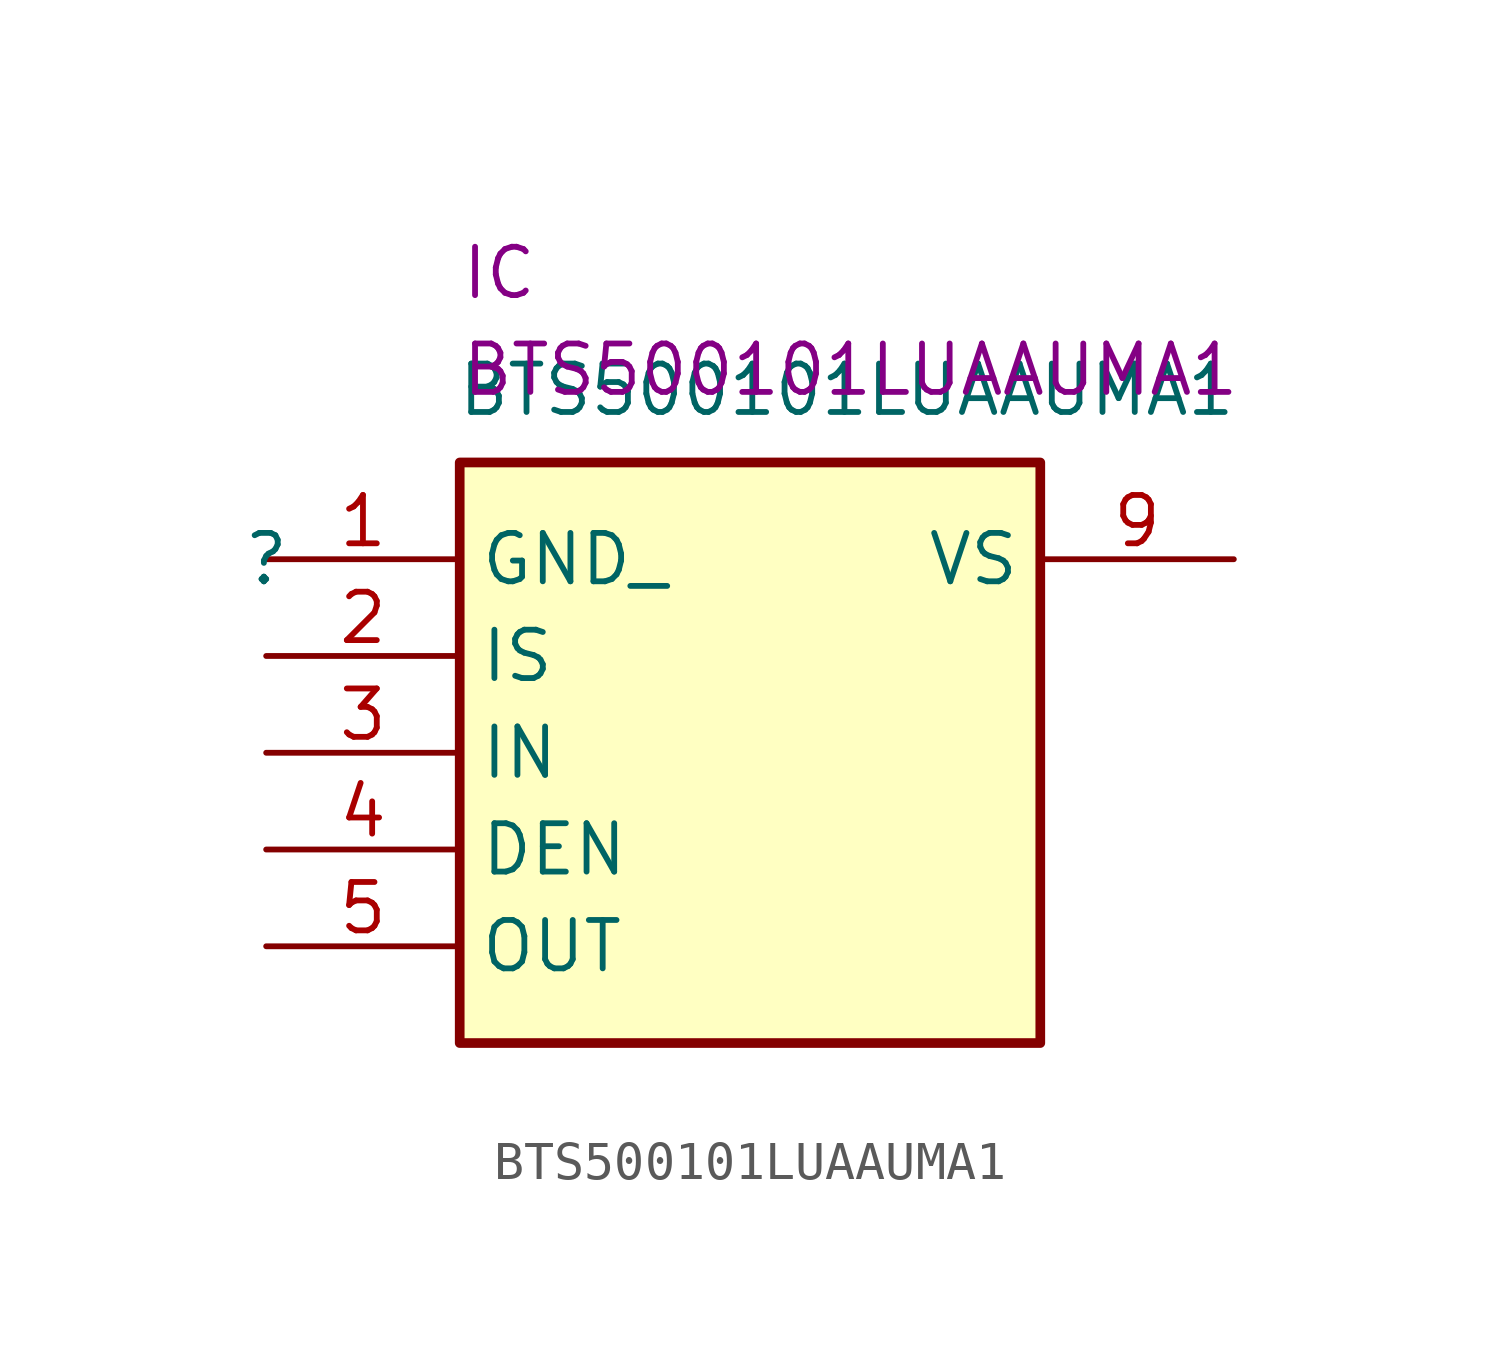
<source format=kicad_sym>
(kicad_symbol_lib
  (version 20211014)
  (generator kicad_symbol_editor)
  (symbol "BTS500101LUAAUMA1"
    (property "Reference" ""
      (at 0 0 0)
      (effects (font (size 1.27 1.27))))
    (property "Value" "BTS500101LUAAUMA1"
      (at 15.24 4.445 0)
      (effects (font (size 1.27 1.27))))
    (property "Reference_1" "IC"
      (at 5.08 8.255 0)
      (effects (font (size 1.27 1.27)) (justify left top)))
    (property "Value_1" "BTS500101LUAAUMA1"
      (at 5.08 5.715 0)
      (effects (font (size 1.27 1.27)) (justify left top)))
    (symbol "BTS500101LUAAUMA1_1_1"
      (rectangle (start 5.08 2.54) (end 20.32 -12.7) (stroke (width 0.254) (type default) (color 0 0 0 0)) (fill (type background)))
      (pin passive line (at 0 0 0) (length 5.08) (name "GND_" (effects (font (size 1.27 1.27)))) (number "1" (effects (font (size 1.27 1.27)))))
      (pin passive line (at 0 -2.54 0) (length 5.08) (name "IS" (effects (font (size 1.27 1.27)))) (number "2" (effects (font (size 1.27 1.27)))))
      (pin passive line (at 0 -5.08 0) (length 5.08) (name "IN" (effects (font (size 1.27 1.27)))) (number "3" (effects (font (size 1.27 1.27)))))
      (pin passive line (at 0 -7.62 0) (length 5.08) (name "DEN" (effects (font (size 1.27 1.27)))) (number "4" (effects (font (size 1.27 1.27)))))
      (pin passive line (at 0 -10.16 0) (length 5.08) (name "OUT" (effects (font (size 1.27 1.27)))) (number "5" (effects (font (size 1.27 1.27)))))
      (pin passive line (at 25.4 0 180) (length 5.08) (name "VS" (effects (font (size 1.27 1.27)))) (number "9" (effects (font (size 1.27 1.27))))))))
</source>
